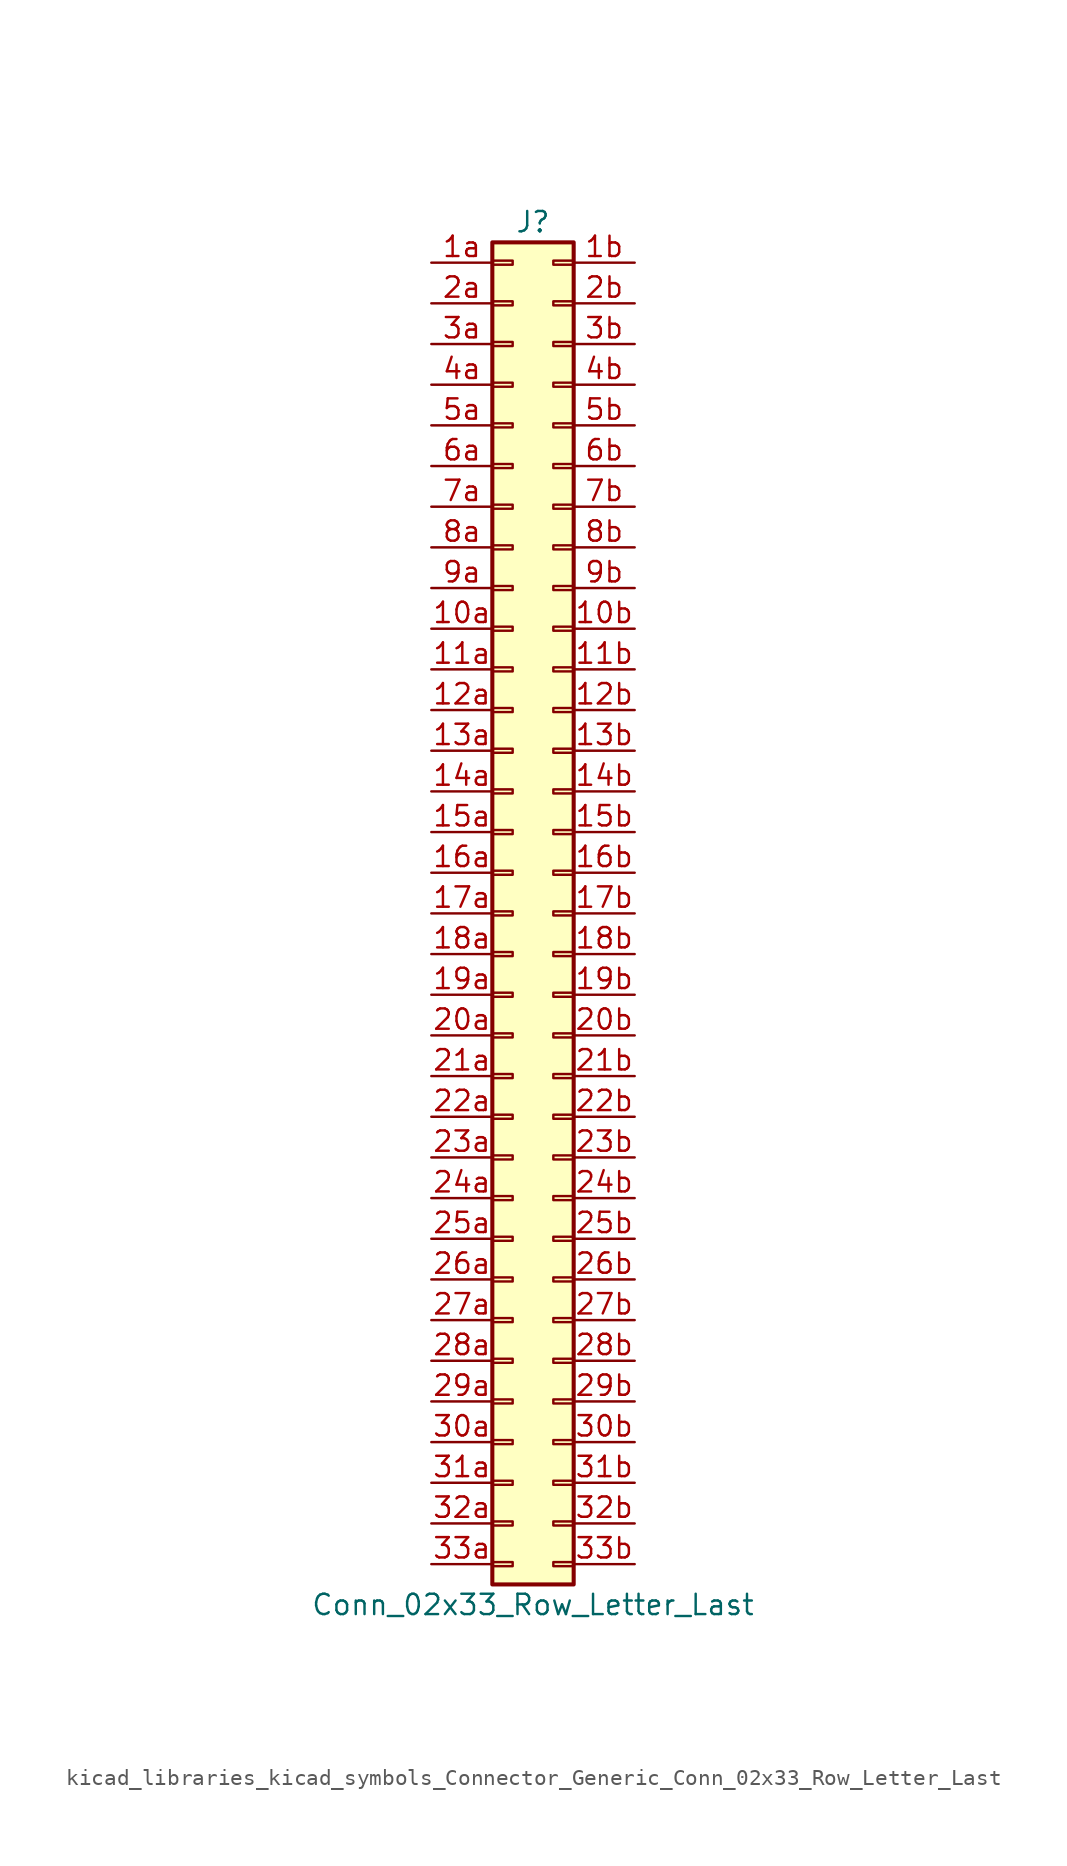
<source format=kicad_sym>
(kicad_symbol_lib
  (version 20220914)
  (generator kicad_symbol_editor)
  (symbol "kicad_libraries_kicad_symbols_Connector_Generic_Conn_02x33_Row_Letter_Last"
    (pin_names
      (offset 1.016) hide)
    (property "Reference" "J"
      (at 1.27 43.18 0)
      (effects (font (size 1.27 1.27))))
    (property "Value" "Conn_02x33_Row_Letter_Last"
      (at 1.27 -43.18 0)
      (effects (font (size 1.27 1.27))))
    (symbol "kicad_libraries_kicad_symbols_Connector_Generic_Conn_02x33_Row_Letter_Last_1_1"
      (rectangle (start -1.27 -40.513) (end 0 -40.767) (stroke (width 0.152) (type default)) (fill (type none)))
      (rectangle (start -1.27 -37.973) (end 0 -38.227) (stroke (width 0.152) (type default)) (fill (type none)))
      (rectangle (start -1.27 -35.433) (end 0 -35.687) (stroke (width 0.152) (type default)) (fill (type none)))
      (rectangle (start -1.27 -32.893) (end 0 -33.147) (stroke (width 0.152) (type default)) (fill (type none)))
      (rectangle (start -1.27 -30.353) (end 0 -30.607) (stroke (width 0.152) (type default)) (fill (type none)))
      (rectangle (start -1.27 -27.813) (end 0 -28.067) (stroke (width 0.152) (type default)) (fill (type none)))
      (rectangle (start -1.27 -25.273) (end 0 -25.527) (stroke (width 0.152) (type default)) (fill (type none)))
      (rectangle (start -1.27 -22.733) (end 0 -22.987) (stroke (width 0.152) (type default)) (fill (type none)))
      (rectangle (start -1.27 -20.193) (end 0 -20.447) (stroke (width 0.152) (type default)) (fill (type none)))
      (rectangle (start -1.27 -17.653) (end 0 -17.907) (stroke (width 0.152) (type default)) (fill (type none)))
      (rectangle (start -1.27 -15.113) (end 0 -15.367) (stroke (width 0.152) (type default)) (fill (type none)))
      (rectangle (start -1.27 -12.573) (end 0 -12.827) (stroke (width 0.152) (type default)) (fill (type none)))
      (rectangle (start -1.27 -10.033) (end 0 -10.287) (stroke (width 0.152) (type default)) (fill (type none)))
      (rectangle (start -1.27 -7.493) (end 0 -7.747) (stroke (width 0.152) (type default)) (fill (type none)))
      (rectangle (start -1.27 -4.953) (end 0 -5.207) (stroke (width 0.152) (type default)) (fill (type none)))
      (rectangle (start -1.27 -2.413) (end 0 -2.667) (stroke (width 0.152) (type default)) (fill (type none)))
      (rectangle (start -1.27 0.127) (end 0 -0.127) (stroke (width 0.152) (type default)) (fill (type none)))
      (rectangle (start -1.27 2.667) (end 0 2.413) (stroke (width 0.152) (type default)) (fill (type none)))
      (rectangle (start -1.27 5.207) (end 0 4.953) (stroke (width 0.152) (type default)) (fill (type none)))
      (rectangle (start -1.27 7.747) (end 0 7.493) (stroke (width 0.152) (type default)) (fill (type none)))
      (rectangle (start -1.27 10.287) (end 0 10.033) (stroke (width 0.152) (type default)) (fill (type none)))
      (rectangle (start -1.27 12.827) (end 0 12.573) (stroke (width 0.152) (type default)) (fill (type none)))
      (rectangle (start -1.27 15.367) (end 0 15.113) (stroke (width 0.152) (type default)) (fill (type none)))
      (rectangle (start -1.27 17.907) (end 0 17.653) (stroke (width 0.152) (type default)) (fill (type none)))
      (rectangle (start -1.27 20.447) (end 0 20.193) (stroke (width 0.152) (type default)) (fill (type none)))
      (rectangle (start -1.27 22.987) (end 0 22.733) (stroke (width 0.152) (type default)) (fill (type none)))
      (rectangle (start -1.27 25.527) (end 0 25.273) (stroke (width 0.152) (type default)) (fill (type none)))
      (rectangle (start -1.27 28.067) (end 0 27.813) (stroke (width 0.152) (type default)) (fill (type none)))
      (rectangle (start -1.27 30.607) (end 0 30.353) (stroke (width 0.152) (type default)) (fill (type none)))
      (rectangle (start -1.27 33.147) (end 0 32.893) (stroke (width 0.152) (type default)) (fill (type none)))
      (rectangle (start -1.27 35.687) (end 0 35.433) (stroke (width 0.152) (type default)) (fill (type none)))
      (rectangle (start -1.27 38.227) (end 0 37.973) (stroke (width 0.152) (type default)) (fill (type none)))
      (rectangle (start -1.27 40.767) (end 0 40.513) (stroke (width 0.152) (type default)) (fill (type none)))
      (rectangle (start -1.27 41.91) (end 3.81 -41.91) (stroke (width 0.254) (type default)) (fill (type background)))
      (rectangle (start 3.81 -40.513) (end 2.54 -40.767) (stroke (width 0.152) (type default)) (fill (type none)))
      (rectangle (start 3.81 -37.973) (end 2.54 -38.227) (stroke (width 0.152) (type default)) (fill (type none)))
      (rectangle (start 3.81 -35.433) (end 2.54 -35.687) (stroke (width 0.152) (type default)) (fill (type none)))
      (rectangle (start 3.81 -32.893) (end 2.54 -33.147) (stroke (width 0.152) (type default)) (fill (type none)))
      (rectangle (start 3.81 -30.353) (end 2.54 -30.607) (stroke (width 0.152) (type default)) (fill (type none)))
      (rectangle (start 3.81 -27.813) (end 2.54 -28.067) (stroke (width 0.152) (type default)) (fill (type none)))
      (rectangle (start 3.81 -25.273) (end 2.54 -25.527) (stroke (width 0.152) (type default)) (fill (type none)))
      (rectangle (start 3.81 -22.733) (end 2.54 -22.987) (stroke (width 0.152) (type default)) (fill (type none)))
      (rectangle (start 3.81 -20.193) (end 2.54 -20.447) (stroke (width 0.152) (type default)) (fill (type none)))
      (rectangle (start 3.81 -17.653) (end 2.54 -17.907) (stroke (width 0.152) (type default)) (fill (type none)))
      (rectangle (start 3.81 -15.113) (end 2.54 -15.367) (stroke (width 0.152) (type default)) (fill (type none)))
      (rectangle (start 3.81 -12.573) (end 2.54 -12.827) (stroke (width 0.152) (type default)) (fill (type none)))
      (rectangle (start 3.81 -10.033) (end 2.54 -10.287) (stroke (width 0.152) (type default)) (fill (type none)))
      (rectangle (start 3.81 -7.493) (end 2.54 -7.747) (stroke (width 0.152) (type default)) (fill (type none)))
      (rectangle (start 3.81 -4.953) (end 2.54 -5.207) (stroke (width 0.152) (type default)) (fill (type none)))
      (rectangle (start 3.81 -2.413) (end 2.54 -2.667) (stroke (width 0.152) (type default)) (fill (type none)))
      (rectangle (start 3.81 0.127) (end 2.54 -0.127) (stroke (width 0.152) (type default)) (fill (type none)))
      (rectangle (start 3.81 2.667) (end 2.54 2.413) (stroke (width 0.152) (type default)) (fill (type none)))
      (rectangle (start 3.81 5.207) (end 2.54 4.953) (stroke (width 0.152) (type default)) (fill (type none)))
      (rectangle (start 3.81 7.747) (end 2.54 7.493) (stroke (width 0.152) (type default)) (fill (type none)))
      (rectangle (start 3.81 10.287) (end 2.54 10.033) (stroke (width 0.152) (type default)) (fill (type none)))
      (rectangle (start 3.81 12.827) (end 2.54 12.573) (stroke (width 0.152) (type default)) (fill (type none)))
      (rectangle (start 3.81 15.367) (end 2.54 15.113) (stroke (width 0.152) (type default)) (fill (type none)))
      (rectangle (start 3.81 17.907) (end 2.54 17.653) (stroke (width 0.152) (type default)) (fill (type none)))
      (rectangle (start 3.81 20.447) (end 2.54 20.193) (stroke (width 0.152) (type default)) (fill (type none)))
      (rectangle (start 3.81 22.987) (end 2.54 22.733) (stroke (width 0.152) (type default)) (fill (type none)))
      (rectangle (start 3.81 25.527) (end 2.54 25.273) (stroke (width 0.152) (type default)) (fill (type none)))
      (rectangle (start 3.81 28.067) (end 2.54 27.813) (stroke (width 0.152) (type default)) (fill (type none)))
      (rectangle (start 3.81 30.607) (end 2.54 30.353) (stroke (width 0.152) (type default)) (fill (type none)))
      (rectangle (start 3.81 33.147) (end 2.54 32.893) (stroke (width 0.152) (type default)) (fill (type none)))
      (rectangle (start 3.81 35.687) (end 2.54 35.433) (stroke (width 0.152) (type default)) (fill (type none)))
      (rectangle (start 3.81 38.227) (end 2.54 37.973) (stroke (width 0.152) (type default)) (fill (type none)))
      (rectangle (start 3.81 40.767) (end 2.54 40.513) (stroke (width 0.152) (type default)) (fill (type none)))
      (pin passive line (at -5.08 17.78 0) (length 3.81) (name "Pin_10a" (effects (font (size 1.27 1.27)))) (number "10a" (effects (font (size 1.27 1.27)))))
      (pin passive line (at 7.62 17.78 180) (length 3.81) (name "Pin_10b" (effects (font (size 1.27 1.27)))) (number "10b" (effects (font (size 1.27 1.27)))))
      (pin passive line (at -5.08 15.24 0) (length 3.81) (name "Pin_11a" (effects (font (size 1.27 1.27)))) (number "11a" (effects (font (size 1.27 1.27)))))
      (pin passive line (at 7.62 15.24 180) (length 3.81) (name "Pin_11b" (effects (font (size 1.27 1.27)))) (number "11b" (effects (font (size 1.27 1.27)))))
      (pin passive line (at -5.08 12.7 0) (length 3.81) (name "Pin_12a" (effects (font (size 1.27 1.27)))) (number "12a" (effects (font (size 1.27 1.27)))))
      (pin passive line (at 7.62 12.7 180) (length 3.81) (name "Pin_12b" (effects (font (size 1.27 1.27)))) (number "12b" (effects (font (size 1.27 1.27)))))
      (pin passive line (at -5.08 10.16 0) (length 3.81) (name "Pin_13a" (effects (font (size 1.27 1.27)))) (number "13a" (effects (font (size 1.27 1.27)))))
      (pin passive line (at 7.62 10.16 180) (length 3.81) (name "Pin_13b" (effects (font (size 1.27 1.27)))) (number "13b" (effects (font (size 1.27 1.27)))))
      (pin passive line (at -5.08 7.62 0) (length 3.81) (name "Pin_14a" (effects (font (size 1.27 1.27)))) (number "14a" (effects (font (size 1.27 1.27)))))
      (pin passive line (at 7.62 7.62 180) (length 3.81) (name "Pin_14b" (effects (font (size 1.27 1.27)))) (number "14b" (effects (font (size 1.27 1.27)))))
      (pin passive line (at -5.08 5.08 0) (length 3.81) (name "Pin_15a" (effects (font (size 1.27 1.27)))) (number "15a" (effects (font (size 1.27 1.27)))))
      (pin passive line (at 7.62 5.08 180) (length 3.81) (name "Pin_15b" (effects (font (size 1.27 1.27)))) (number "15b" (effects (font (size 1.27 1.27)))))
      (pin passive line (at -5.08 2.54 0) (length 3.81) (name "Pin_16a" (effects (font (size 1.27 1.27)))) (number "16a" (effects (font (size 1.27 1.27)))))
      (pin passive line (at 7.62 2.54 180) (length 3.81) (name "Pin_16b" (effects (font (size 1.27 1.27)))) (number "16b" (effects (font (size 1.27 1.27)))))
      (pin passive line (at -5.08 0 0) (length 3.81) (name "Pin_17a" (effects (font (size 1.27 1.27)))) (number "17a" (effects (font (size 1.27 1.27)))))
      (pin passive line (at 7.62 0 180) (length 3.81) (name "Pin_17b" (effects (font (size 1.27 1.27)))) (number "17b" (effects (font (size 1.27 1.27)))))
      (pin passive line (at -5.08 -2.54 0) (length 3.81) (name "Pin_18a" (effects (font (size 1.27 1.27)))) (number "18a" (effects (font (size 1.27 1.27)))))
      (pin passive line (at 7.62 -2.54 180) (length 3.81) (name "Pin_18b" (effects (font (size 1.27 1.27)))) (number "18b" (effects (font (size 1.27 1.27)))))
      (pin passive line (at -5.08 -5.08 0) (length 3.81) (name "Pin_19a" (effects (font (size 1.27 1.27)))) (number "19a" (effects (font (size 1.27 1.27)))))
      (pin passive line (at 7.62 -5.08 180) (length 3.81) (name "Pin_19b" (effects (font (size 1.27 1.27)))) (number "19b" (effects (font (size 1.27 1.27)))))
      (pin passive line (at -5.08 40.64 0) (length 3.81) (name "Pin_1a" (effects (font (size 1.27 1.27)))) (number "1a" (effects (font (size 1.27 1.27)))))
      (pin passive line (at 7.62 40.64 180) (length 3.81) (name "Pin_1b" (effects (font (size 1.27 1.27)))) (number "1b" (effects (font (size 1.27 1.27)))))
      (pin passive line (at -5.08 -7.62 0) (length 3.81) (name "Pin_20a" (effects (font (size 1.27 1.27)))) (number "20a" (effects (font (size 1.27 1.27)))))
      (pin passive line (at 7.62 -7.62 180) (length 3.81) (name "Pin_20b" (effects (font (size 1.27 1.27)))) (number "20b" (effects (font (size 1.27 1.27)))))
      (pin passive line (at -5.08 -10.16 0) (length 3.81) (name "Pin_21a" (effects (font (size 1.27 1.27)))) (number "21a" (effects (font (size 1.27 1.27)))))
      (pin passive line (at 7.62 -10.16 180) (length 3.81) (name "Pin_21b" (effects (font (size 1.27 1.27)))) (number "21b" (effects (font (size 1.27 1.27)))))
      (pin passive line (at -5.08 -12.7 0) (length 3.81) (name "Pin_22a" (effects (font (size 1.27 1.27)))) (number "22a" (effects (font (size 1.27 1.27)))))
      (pin passive line (at 7.62 -12.7 180) (length 3.81) (name "Pin_22b" (effects (font (size 1.27 1.27)))) (number "22b" (effects (font (size 1.27 1.27)))))
      (pin passive line (at -5.08 -15.24 0) (length 3.81) (name "Pin_23a" (effects (font (size 1.27 1.27)))) (number "23a" (effects (font (size 1.27 1.27)))))
      (pin passive line (at 7.62 -15.24 180) (length 3.81) (name "Pin_23b" (effects (font (size 1.27 1.27)))) (number "23b" (effects (font (size 1.27 1.27)))))
      (pin passive line (at -5.08 -17.78 0) (length 3.81) (name "Pin_24a" (effects (font (size 1.27 1.27)))) (number "24a" (effects (font (size 1.27 1.27)))))
      (pin passive line (at 7.62 -17.78 180) (length 3.81) (name "Pin_24b" (effects (font (size 1.27 1.27)))) (number "24b" (effects (font (size 1.27 1.27)))))
      (pin passive line (at -5.08 -20.32 0) (length 3.81) (name "Pin_25a" (effects (font (size 1.27 1.27)))) (number "25a" (effects (font (size 1.27 1.27)))))
      (pin passive line (at 7.62 -20.32 180) (length 3.81) (name "Pin_25b" (effects (font (size 1.27 1.27)))) (number "25b" (effects (font (size 1.27 1.27)))))
      (pin passive line (at -5.08 -22.86 0) (length 3.81) (name "Pin_26a" (effects (font (size 1.27 1.27)))) (number "26a" (effects (font (size 1.27 1.27)))))
      (pin passive line (at 7.62 -22.86 180) (length 3.81) (name "Pin_26b" (effects (font (size 1.27 1.27)))) (number "26b" (effects (font (size 1.27 1.27)))))
      (pin passive line (at -5.08 -25.4 0) (length 3.81) (name "Pin_27a" (effects (font (size 1.27 1.27)))) (number "27a" (effects (font (size 1.27 1.27)))))
      (pin passive line (at 7.62 -25.4 180) (length 3.81) (name "Pin_27b" (effects (font (size 1.27 1.27)))) (number "27b" (effects (font (size 1.27 1.27)))))
      (pin passive line (at -5.08 -27.94 0) (length 3.81) (name "Pin_28a" (effects (font (size 1.27 1.27)))) (number "28a" (effects (font (size 1.27 1.27)))))
      (pin passive line (at 7.62 -27.94 180) (length 3.81) (name "Pin_28b" (effects (font (size 1.27 1.27)))) (number "28b" (effects (font (size 1.27 1.27)))))
      (pin passive line (at -5.08 -30.48 0) (length 3.81) (name "Pin_29a" (effects (font (size 1.27 1.27)))) (number "29a" (effects (font (size 1.27 1.27)))))
      (pin passive line (at 7.62 -30.48 180) (length 3.81) (name "Pin_29b" (effects (font (size 1.27 1.27)))) (number "29b" (effects (font (size 1.27 1.27)))))
      (pin passive line (at -5.08 38.1 0) (length 3.81) (name "Pin_2a" (effects (font (size 1.27 1.27)))) (number "2a" (effects (font (size 1.27 1.27)))))
      (pin passive line (at 7.62 38.1 180) (length 3.81) (name "Pin_2b" (effects (font (size 1.27 1.27)))) (number "2b" (effects (font (size 1.27 1.27)))))
      (pin passive line (at -5.08 -33.02 0) (length 3.81) (name "Pin_30a" (effects (font (size 1.27 1.27)))) (number "30a" (effects (font (size 1.27 1.27)))))
      (pin passive line (at 7.62 -33.02 180) (length 3.81) (name "Pin_30b" (effects (font (size 1.27 1.27)))) (number "30b" (effects (font (size 1.27 1.27)))))
      (pin passive line (at -5.08 -35.56 0) (length 3.81) (name "Pin_31a" (effects (font (size 1.27 1.27)))) (number "31a" (effects (font (size 1.27 1.27)))))
      (pin passive line (at 7.62 -35.56 180) (length 3.81) (name "Pin_31b" (effects (font (size 1.27 1.27)))) (number "31b" (effects (font (size 1.27 1.27)))))
      (pin passive line (at -5.08 -38.1 0) (length 3.81) (name "Pin_32a" (effects (font (size 1.27 1.27)))) (number "32a" (effects (font (size 1.27 1.27)))))
      (pin passive line (at 7.62 -38.1 180) (length 3.81) (name "Pin_32b" (effects (font (size 1.27 1.27)))) (number "32b" (effects (font (size 1.27 1.27)))))
      (pin passive line (at -5.08 -40.64 0) (length 3.81) (name "Pin_33a" (effects (font (size 1.27 1.27)))) (number "33a" (effects (font (size 1.27 1.27)))))
      (pin passive line (at 7.62 -40.64 180) (length 3.81) (name "Pin_33b" (effects (font (size 1.27 1.27)))) (number "33b" (effects (font (size 1.27 1.27)))))
      (pin passive line (at -5.08 35.56 0) (length 3.81) (name "Pin_3a" (effects (font (size 1.27 1.27)))) (number "3a" (effects (font (size 1.27 1.27)))))
      (pin passive line (at 7.62 35.56 180) (length 3.81) (name "Pin_3b" (effects (font (size 1.27 1.27)))) (number "3b" (effects (font (size 1.27 1.27)))))
      (pin passive line (at -5.08 33.02 0) (length 3.81) (name "Pin_4a" (effects (font (size 1.27 1.27)))) (number "4a" (effects (font (size 1.27 1.27)))))
      (pin passive line (at 7.62 33.02 180) (length 3.81) (name "Pin_4b" (effects (font (size 1.27 1.27)))) (number "4b" (effects (font (size 1.27 1.27)))))
      (pin passive line (at -5.08 30.48 0) (length 3.81) (name "Pin_5a" (effects (font (size 1.27 1.27)))) (number "5a" (effects (font (size 1.27 1.27)))))
      (pin passive line (at 7.62 30.48 180) (length 3.81) (name "Pin_5b" (effects (font (size 1.27 1.27)))) (number "5b" (effects (font (size 1.27 1.27)))))
      (pin passive line (at -5.08 27.94 0) (length 3.81) (name "Pin_6a" (effects (font (size 1.27 1.27)))) (number "6a" (effects (font (size 1.27 1.27)))))
      (pin passive line (at 7.62 27.94 180) (length 3.81) (name "Pin_6b" (effects (font (size 1.27 1.27)))) (number "6b" (effects (font (size 1.27 1.27)))))
      (pin passive line (at -5.08 25.4 0) (length 3.81) (name "Pin_7a" (effects (font (size 1.27 1.27)))) (number "7a" (effects (font (size 1.27 1.27)))))
      (pin passive line (at 7.62 25.4 180) (length 3.81) (name "Pin_7b" (effects (font (size 1.27 1.27)))) (number "7b" (effects (font (size 1.27 1.27)))))
      (pin passive line (at -5.08 22.86 0) (length 3.81) (name "Pin_8a" (effects (font (size 1.27 1.27)))) (number "8a" (effects (font (size 1.27 1.27)))))
      (pin passive line (at 7.62 22.86 180) (length 3.81) (name "Pin_8b" (effects (font (size 1.27 1.27)))) (number "8b" (effects (font (size 1.27 1.27)))))
      (pin passive line (at -5.08 20.32 0) (length 3.81) (name "Pin_9a" (effects (font (size 1.27 1.27)))) (number "9a" (effects (font (size 1.27 1.27)))))
      (pin passive line (at 7.62 20.32 180) (length 3.81) (name "Pin_9b" (effects (font (size 1.27 1.27)))) (number "9b" (effects (font (size 1.27 1.27))))))))
</source>
